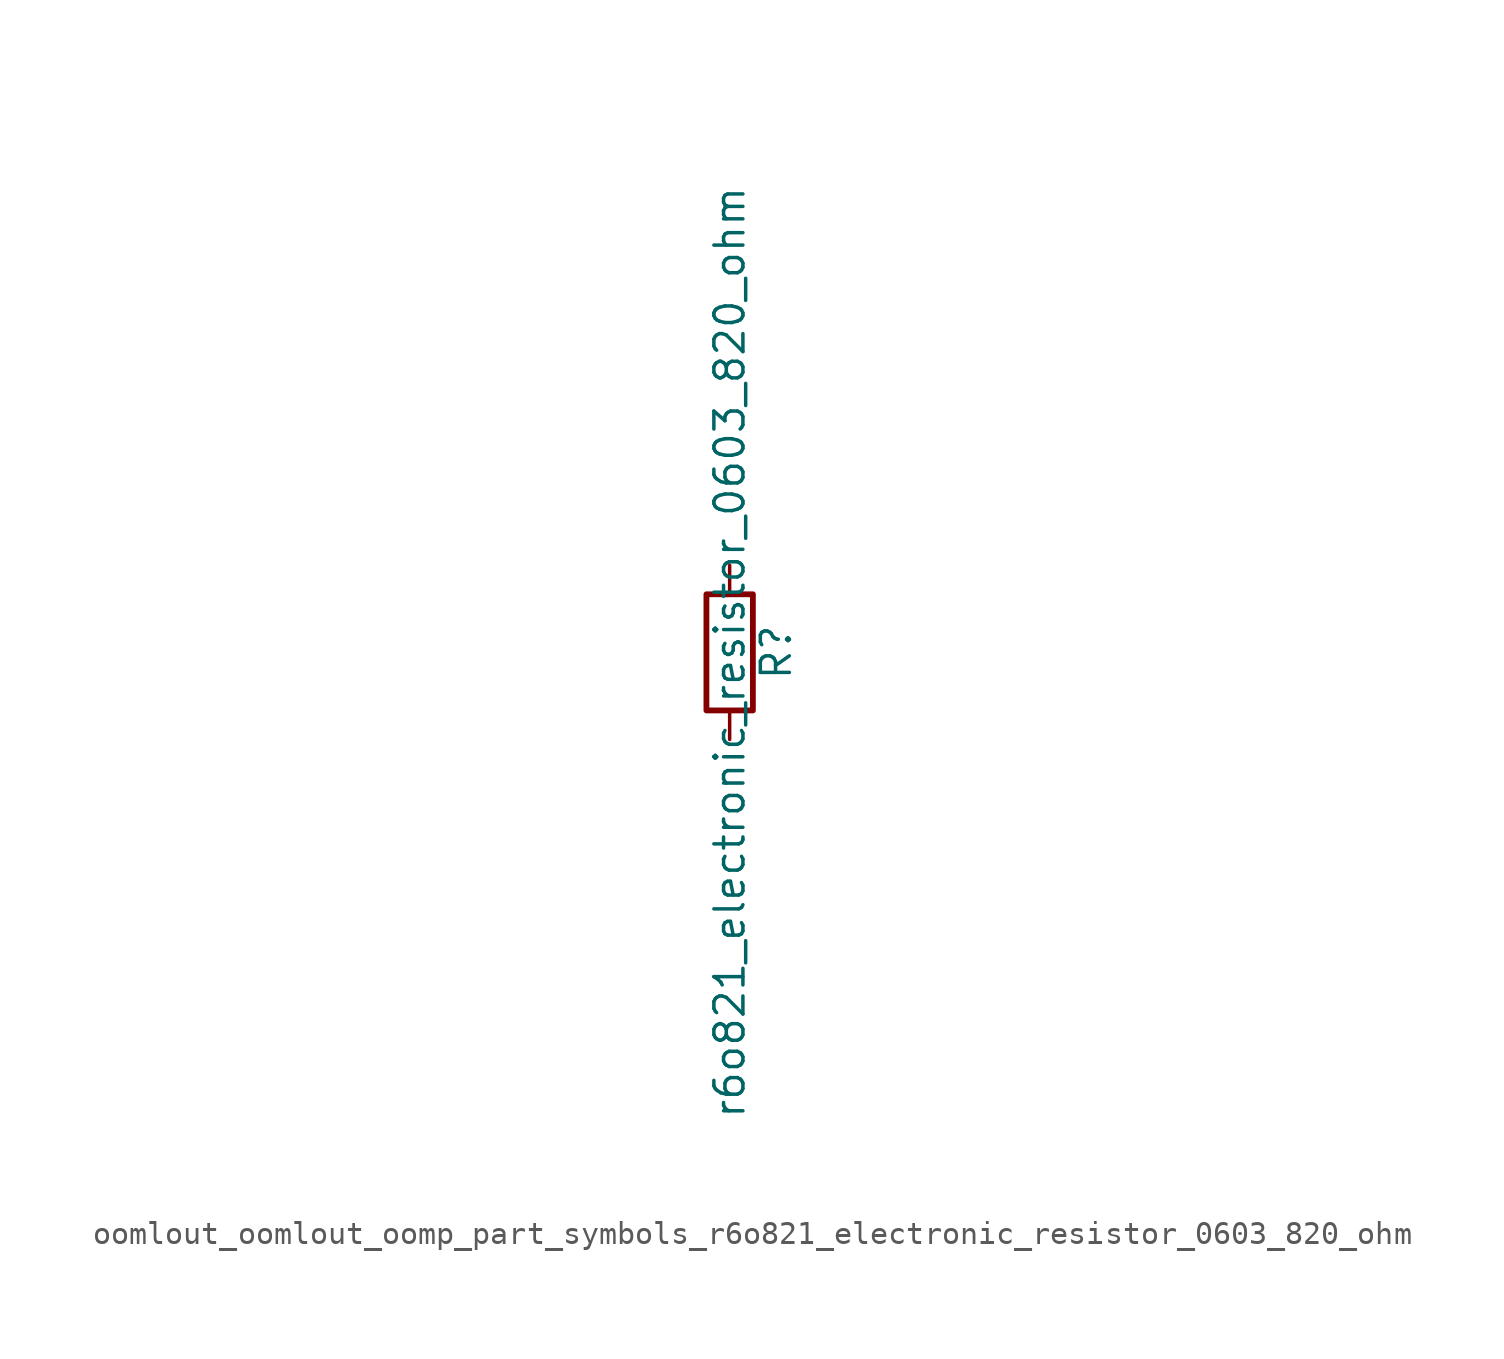
<source format=kicad_sym>
(kicad_symbol_lib
  (version 20220914)
  (generator kicad_symbol_editor)
  (symbol "oomlout_oomlout_oomp_part_symbols_r6o821_electronic_resistor_0603_820_ohm"
    (pin_numbers hide)
    (pin_names
      (offset 0))
    (property "Reference" "R"
      (at 2.032 0 90)
      (effects (font (size 1.27 1.27))))
    (property "Value" "r6o821_electronic_resistor_0603_820_ohm"
      (at 0 0 90)
      (effects (font (size 1.27 1.27))))
    (symbol "oomlout_oomlout_oomp_part_symbols_r6o821_electronic_resistor_0603_820_ohm_0_1"
      (rectangle (start -1.016 -2.54) (end 1.016 2.54) (stroke (width 0.254) (type default)) (fill (type none))))
    (symbol "oomlout_oomlout_oomp_part_symbols_r6o821_electronic_resistor_0603_820_ohm_1_1"
      (pin passive line (at 0 3.81 270) (length 1.27) (name "~" (effects (font (size 1.27 1.27)))) (number "1" (effects (font (size 1.27 1.27)))))
      (pin passive line (at 0 -3.81 90) (length 1.27) (name "~" (effects (font (size 1.27 1.27)))) (number "2" (effects (font (size 1.27 1.27))))))))
</source>
